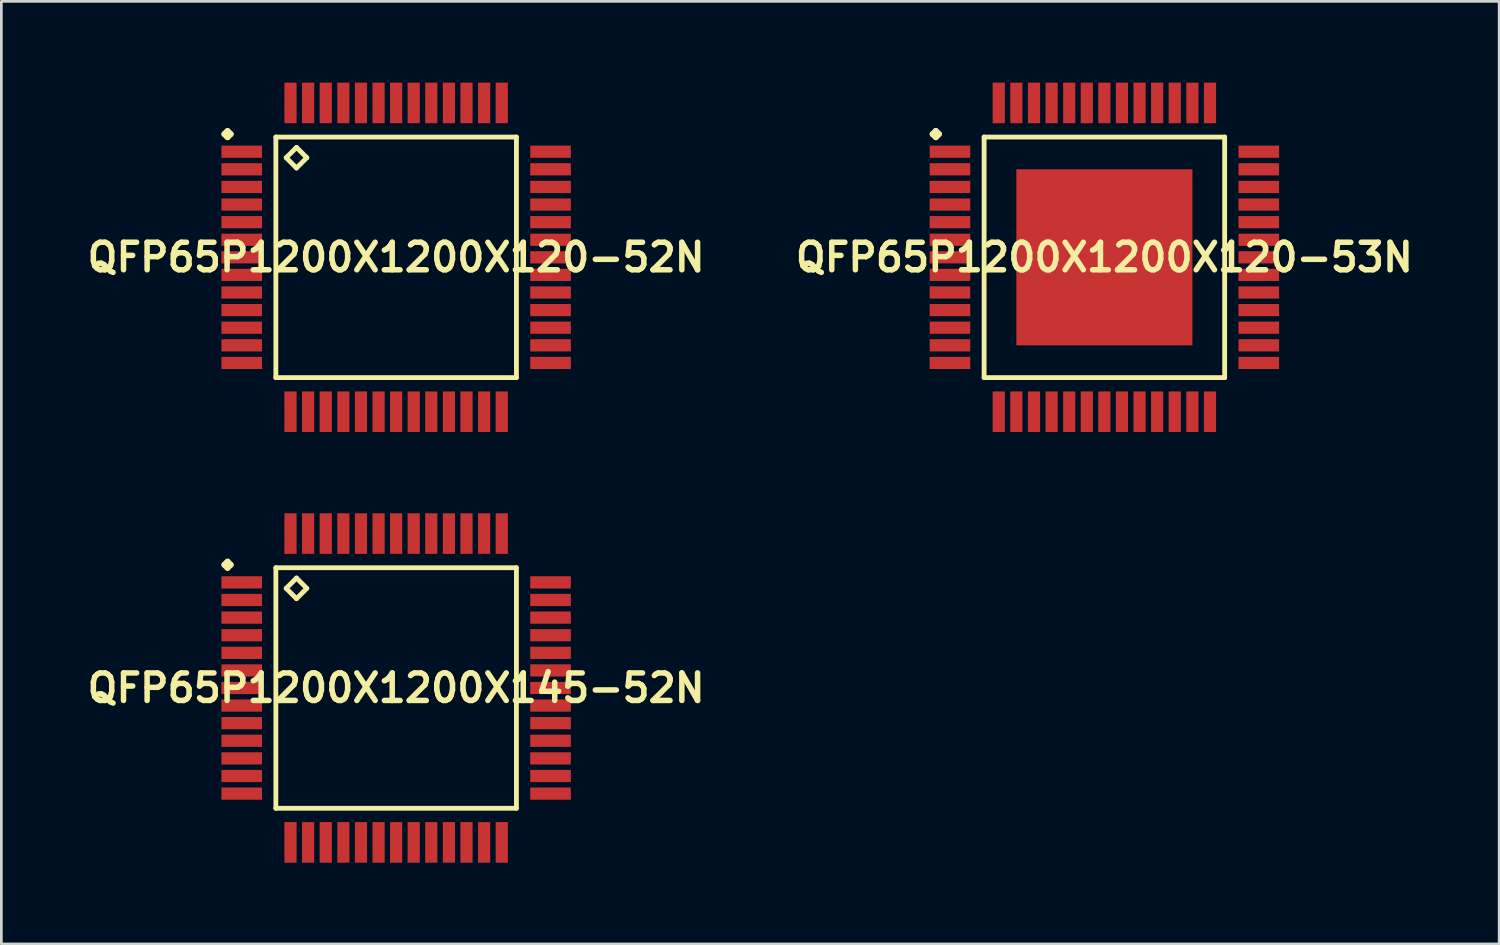
<source format=kicad_pcb>
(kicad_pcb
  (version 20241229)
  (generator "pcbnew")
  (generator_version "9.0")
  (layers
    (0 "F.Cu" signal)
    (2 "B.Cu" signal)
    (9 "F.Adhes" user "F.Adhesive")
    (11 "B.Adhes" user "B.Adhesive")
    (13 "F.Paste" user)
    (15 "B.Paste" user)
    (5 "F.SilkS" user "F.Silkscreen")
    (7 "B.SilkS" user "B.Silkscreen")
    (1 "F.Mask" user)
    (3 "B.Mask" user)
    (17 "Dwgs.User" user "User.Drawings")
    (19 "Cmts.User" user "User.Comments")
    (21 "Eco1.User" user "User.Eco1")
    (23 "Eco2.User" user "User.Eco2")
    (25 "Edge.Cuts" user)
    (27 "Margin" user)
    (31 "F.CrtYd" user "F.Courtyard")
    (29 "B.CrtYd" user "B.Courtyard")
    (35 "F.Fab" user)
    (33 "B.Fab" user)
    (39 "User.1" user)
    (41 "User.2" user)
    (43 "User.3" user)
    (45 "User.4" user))
  (footprint "QFP65P1200X1200X120-52N"
    (layer "F.Cu")
    (at 11.573 6.449)
    (property "Reference" "QFP65P1200X1200X120-52N" (at 0 0 0) (layer "F.SilkS") (effects (font (size 1.016 1.016) (thickness 0.203))))
    (attr smd)
    (fp_line (start -6.337 -4.549) (end -6.223 -4.661) (stroke (width 0.224) (type solid)) (layer "F.SilkS"))
    (fp_line (start -6.223 -4.661) (end -6.111 -4.549) (stroke (width 0.224) (type solid)) (layer "F.SilkS"))
    (fp_line (start -6.223 -4.437) (end -6.337 -4.549) (stroke (width 0.224) (type solid)) (layer "F.SilkS"))
    (fp_line (start -6.111 -4.549) (end -6.223 -4.437) (stroke (width 0.224) (type solid)) (layer "F.SilkS"))
    (fp_line (start -4.44 -4.44) (end -4.44 4.44) (stroke (width 0.178) (type solid)) (layer "F.SilkS"))
    (fp_line (start -4.44 4.44) (end 4.44 4.44) (stroke (width 0.178) (type solid)) (layer "F.SilkS"))
    (fp_line (start -4.059 -3.678) (end -3.678 -4.059) (stroke (width 0.178) (type solid)) (layer "F.SilkS"))
    (fp_line (start -3.678 -4.059) (end -3.297 -3.678) (stroke (width 0.178) (type solid)) (layer "F.SilkS"))
    (fp_line (start -3.678 -3.297) (end -4.059 -3.678) (stroke (width 0.178) (type solid)) (layer "F.SilkS"))
    (fp_line (start -3.297 -3.678) (end -3.678 -3.297) (stroke (width 0.178) (type solid)) (layer "F.SilkS"))
    (fp_line (start 4.44 -4.44) (end -4.44 -4.44) (stroke (width 0.178) (type solid)) (layer "F.SilkS"))
    (fp_line (start 4.44 4.44) (end 4.44 -4.44) (stroke (width 0.178) (type solid)) (layer "F.SilkS"))
    (pad "1" smd rect (at -5.7 -3.899) (size 1.499 0.45) (layers "F.Cu" "F.Mask" "F.Paste"))
    (pad "2" smd rect (at -5.7 -3.249) (size 1.499 0.45) (layers "F.Cu" "F.Mask" "F.Paste"))
    (pad "3" smd rect (at -5.7 -2.598) (size 1.499 0.45) (layers "F.Cu" "F.Mask" "F.Paste"))
    (pad "4" smd rect (at -5.7 -1.948) (size 1.499 0.45) (layers "F.Cu" "F.Mask" "F.Paste"))
    (pad "5" smd rect (at -5.7 -1.298) (size 1.499 0.45) (layers "F.Cu" "F.Mask" "F.Paste"))
    (pad "6" smd rect (at -5.7 -0.648) (size 1.499 0.45) (layers "F.Cu" "F.Mask" "F.Paste"))
    (pad "7" smd rect (at -5.7 0) (size 1.499 0.45) (layers "F.Cu" "F.Mask" "F.Paste"))
    (pad "8" smd rect (at -5.7 0.648) (size 1.499 0.45) (layers "F.Cu" "F.Mask" "F.Paste"))
    (pad "9" smd rect (at -5.7 1.298) (size 1.499 0.45) (layers "F.Cu" "F.Mask" "F.Paste"))
    (pad "10" smd rect (at -5.7 1.948) (size 1.499 0.45) (layers "F.Cu" "F.Mask" "F.Paste"))
    (pad "11" smd rect (at -5.7 2.598) (size 1.499 0.45) (layers "F.Cu" "F.Mask" "F.Paste"))
    (pad "12" smd rect (at -5.7 3.249) (size 1.499 0.45) (layers "F.Cu" "F.Mask" "F.Paste"))
    (pad "13" smd rect (at -5.7 3.899) (size 1.499 0.45) (layers "F.Cu" "F.Mask" "F.Paste"))
    (pad "14" smd rect (at -3.899 5.7) (size 0.45 1.499) (layers "F.Cu" "F.Mask" "F.Paste"))
    (pad "15" smd rect (at -3.249 5.7) (size 0.45 1.499) (layers "F.Cu" "F.Mask" "F.Paste"))
    (pad "16" smd rect (at -2.598 5.7) (size 0.45 1.499) (layers "F.Cu" "F.Mask" "F.Paste"))
    (pad "17" smd rect (at -1.948 5.7) (size 0.45 1.499) (layers "F.Cu" "F.Mask" "F.Paste"))
    (pad "18" smd rect (at -1.298 5.7) (size 0.45 1.499) (layers "F.Cu" "F.Mask" "F.Paste"))
    (pad "19" smd rect (at -0.648 5.7) (size 0.45 1.499) (layers "F.Cu" "F.Mask" "F.Paste"))
    (pad "20" smd rect (at 0 5.7) (size 0.45 1.499) (layers "F.Cu" "F.Mask" "F.Paste"))
    (pad "21" smd rect (at 0.648 5.7) (size 0.45 1.499) (layers "F.Cu" "F.Mask" "F.Paste"))
    (pad "22" smd rect (at 1.298 5.7) (size 0.45 1.499) (layers "F.Cu" "F.Mask" "F.Paste"))
    (pad "23" smd rect (at 1.948 5.7) (size 0.45 1.499) (layers "F.Cu" "F.Mask" "F.Paste"))
    (pad "24" smd rect (at 2.598 5.7) (size 0.45 1.499) (layers "F.Cu" "F.Mask" "F.Paste"))
    (pad "25" smd rect (at 3.249 5.7) (size 0.45 1.499) (layers "F.Cu" "F.Mask" "F.Paste"))
    (pad "26" smd rect (at 3.899 5.7) (size 0.45 1.499) (layers "F.Cu" "F.Mask" "F.Paste"))
    (pad "27" smd rect (at 5.7 3.899) (size 1.499 0.45) (layers "F.Cu" "F.Mask" "F.Paste"))
    (pad "28" smd rect (at 5.7 3.249) (size 1.499 0.45) (layers "F.Cu" "F.Mask" "F.Paste"))
    (pad "29" smd rect (at 5.7 2.598) (size 1.499 0.45) (layers "F.Cu" "F.Mask" "F.Paste"))
    (pad "30" smd rect (at 5.7 1.948) (size 1.499 0.45) (layers "F.Cu" "F.Mask" "F.Paste"))
    (pad "31" smd rect (at 5.7 1.298) (size 1.499 0.45) (layers "F.Cu" "F.Mask" "F.Paste"))
    (pad "32" smd rect (at 5.7 0.648) (size 1.499 0.45) (layers "F.Cu" "F.Mask" "F.Paste"))
    (pad "33" smd rect (at 5.7 0) (size 1.499 0.45) (layers "F.Cu" "F.Mask" "F.Paste"))
    (pad "34" smd rect (at 5.7 -0.648) (size 1.499 0.45) (layers "F.Cu" "F.Mask" "F.Paste"))
    (pad "35" smd rect (at 5.7 -1.298) (size 1.499 0.45) (layers "F.Cu" "F.Mask" "F.Paste"))
    (pad "36" smd rect (at 5.7 -1.948) (size 1.499 0.45) (layers "F.Cu" "F.Mask" "F.Paste"))
    (pad "37" smd rect (at 5.7 -2.598) (size 1.499 0.45) (layers "F.Cu" "F.Mask" "F.Paste"))
    (pad "38" smd rect (at 5.7 -3.249) (size 1.499 0.45) (layers "F.Cu" "F.Mask" "F.Paste"))
    (pad "39" smd rect (at 5.7 -3.899) (size 1.499 0.45) (layers "F.Cu" "F.Mask" "F.Paste"))
    (pad "40" smd rect (at 3.899 -5.7) (size 0.45 1.499) (layers "F.Cu" "F.Mask" "F.Paste"))
    (pad "41" smd rect (at 3.249 -5.7) (size 0.45 1.499) (layers "F.Cu" "F.Mask" "F.Paste"))
    (pad "42" smd rect (at 2.598 -5.7) (size 0.45 1.499) (layers "F.Cu" "F.Mask" "F.Paste"))
    (pad "43" smd rect (at 1.948 -5.7) (size 0.45 1.499) (layers "F.Cu" "F.Mask" "F.Paste"))
    (pad "44" smd rect (at 1.298 -5.7) (size 0.45 1.499) (layers "F.Cu" "F.Mask" "F.Paste"))
    (pad "45" smd rect (at 0.648 -5.7) (size 0.45 1.499) (layers "F.Cu" "F.Mask" "F.Paste"))
    (pad "46" smd rect (at 0 -5.7) (size 0.45 1.499) (layers "F.Cu" "F.Mask" "F.Paste"))
    (pad "47" smd rect (at -0.648 -5.7) (size 0.45 1.499) (layers "F.Cu" "F.Mask" "F.Paste"))
    (pad "48" smd rect (at -1.298 -5.7) (size 0.45 1.499) (layers "F.Cu" "F.Mask" "F.Paste"))
    (pad "49" smd rect (at -1.948 -5.7) (size 0.45 1.499) (layers "F.Cu" "F.Mask" "F.Paste"))
    (pad "50" smd rect (at -2.598 -5.7) (size 0.45 1.499) (layers "F.Cu" "F.Mask" "F.Paste"))
    (pad "51" smd rect (at -3.249 -5.7) (size 0.45 1.499) (layers "F.Cu" "F.Mask" "F.Paste"))
    (pad "52" smd rect (at -3.899 -5.7) (size 0.45 1.499) (layers "F.Cu" "F.Mask" "F.Paste")))
  (footprint "QFP65P1200X1200X120-53N"
    (layer "F.Cu")
    (at 37.718 6.449)
    (property "Reference" "QFP65P1200X1200X120-53N" (at 0 0 0) (layer "F.SilkS") (effects (font (size 1.016 1.016) (thickness 0.203))))
    (attr smd)
    (fp_line (start -6.337 -4.549) (end -6.223 -4.661) (stroke (width 0.224) (type solid)) (layer "F.SilkS"))
    (fp_line (start -6.223 -4.661) (end -6.111 -4.549) (stroke (width 0.224) (type solid)) (layer "F.SilkS"))
    (fp_line (start -6.223 -4.437) (end -6.337 -4.549) (stroke (width 0.224) (type solid)) (layer "F.SilkS"))
    (fp_line (start -6.111 -4.549) (end -6.223 -4.437) (stroke (width 0.224) (type solid)) (layer "F.SilkS"))
    (fp_line (start -4.44 -4.44) (end -4.44 4.44) (stroke (width 0.178) (type solid)) (layer "F.SilkS"))
    (fp_line (start -4.44 4.44) (end 4.44 4.44) (stroke (width 0.178) (type solid)) (layer "F.SilkS"))
    (fp_line (start 4.44 -4.44) (end -4.44 -4.44) (stroke (width 0.178) (type solid)) (layer "F.SilkS"))
    (fp_line (start 4.44 4.44) (end 4.44 -4.44) (stroke (width 0.178) (type solid)) (layer "F.SilkS"))
    (pad "1" smd rect (at -5.7 -3.899) (size 1.499 0.45) (layers "F.Cu" "F.Mask" "F.Paste"))
    (pad "2" smd rect (at -5.7 -3.249) (size 1.499 0.45) (layers "F.Cu" "F.Mask" "F.Paste"))
    (pad "3" smd rect (at -5.7 -2.598) (size 1.499 0.45) (layers "F.Cu" "F.Mask" "F.Paste"))
    (pad "4" smd rect (at -5.7 -1.948) (size 1.499 0.45) (layers "F.Cu" "F.Mask" "F.Paste"))
    (pad "5" smd rect (at -5.7 -1.298) (size 1.499 0.45) (layers "F.Cu" "F.Mask" "F.Paste"))
    (pad "6" smd rect (at -5.7 -0.648) (size 1.499 0.45) (layers "F.Cu" "F.Mask" "F.Paste"))
    (pad "7" smd rect (at -5.7 0) (size 1.499 0.45) (layers "F.Cu" "F.Mask" "F.Paste"))
    (pad "8" smd rect (at -5.7 0.648) (size 1.499 0.45) (layers "F.Cu" "F.Mask" "F.Paste"))
    (pad "9" smd rect (at -5.7 1.298) (size 1.499 0.45) (layers "F.Cu" "F.Mask" "F.Paste"))
    (pad "10" smd rect (at -5.7 1.948) (size 1.499 0.45) (layers "F.Cu" "F.Mask" "F.Paste"))
    (pad "11" smd rect (at -5.7 2.598) (size 1.499 0.45) (layers "F.Cu" "F.Mask" "F.Paste"))
    (pad "12" smd rect (at -5.7 3.249) (size 1.499 0.45) (layers "F.Cu" "F.Mask" "F.Paste"))
    (pad "13" smd rect (at -5.7 3.899) (size 1.499 0.45) (layers "F.Cu" "F.Mask" "F.Paste"))
    (pad "14" smd rect (at -3.899 5.7) (size 0.45 1.499) (layers "F.Cu" "F.Mask" "F.Paste"))
    (pad "15" smd rect (at -3.249 5.7) (size 0.45 1.499) (layers "F.Cu" "F.Mask" "F.Paste"))
    (pad "16" smd rect (at -2.598 5.7) (size 0.45 1.499) (layers "F.Cu" "F.Mask" "F.Paste"))
    (pad "17" smd rect (at -1.948 5.7) (size 0.45 1.499) (layers "F.Cu" "F.Mask" "F.Paste"))
    (pad "18" smd rect (at -1.298 5.7) (size 0.45 1.499) (layers "F.Cu" "F.Mask" "F.Paste"))
    (pad "19" smd rect (at -0.648 5.7) (size 0.45 1.499) (layers "F.Cu" "F.Mask" "F.Paste"))
    (pad "20" smd rect (at 0 5.7) (size 0.45 1.499) (layers "F.Cu" "F.Mask" "F.Paste"))
    (pad "21" smd rect (at 0.648 5.7) (size 0.45 1.499) (layers "F.Cu" "F.Mask" "F.Paste"))
    (pad "22" smd rect (at 1.298 5.7) (size 0.45 1.499) (layers "F.Cu" "F.Mask" "F.Paste"))
    (pad "23" smd rect (at 1.948 5.7) (size 0.45 1.499) (layers "F.Cu" "F.Mask" "F.Paste"))
    (pad "24" smd rect (at 2.598 5.7) (size 0.45 1.499) (layers "F.Cu" "F.Mask" "F.Paste"))
    (pad "25" smd rect (at 3.249 5.7) (size 0.45 1.499) (layers "F.Cu" "F.Mask" "F.Paste"))
    (pad "26" smd rect (at 3.899 5.7) (size 0.45 1.499) (layers "F.Cu" "F.Mask" "F.Paste"))
    (pad "27" smd rect (at 5.7 3.899) (size 1.499 0.45) (layers "F.Cu" "F.Mask" "F.Paste"))
    (pad "28" smd rect (at 5.7 3.249) (size 1.499 0.45) (layers "F.Cu" "F.Mask" "F.Paste"))
    (pad "29" smd rect (at 5.7 2.598) (size 1.499 0.45) (layers "F.Cu" "F.Mask" "F.Paste"))
    (pad "30" smd rect (at 5.7 1.948) (size 1.499 0.45) (layers "F.Cu" "F.Mask" "F.Paste"))
    (pad "31" smd rect (at 5.7 1.298) (size 1.499 0.45) (layers "F.Cu" "F.Mask" "F.Paste"))
    (pad "32" smd rect (at 5.7 0.648) (size 1.499 0.45) (layers "F.Cu" "F.Mask" "F.Paste"))
    (pad "33" smd rect (at 5.7 0) (size 1.499 0.45) (layers "F.Cu" "F.Mask" "F.Paste"))
    (pad "34" smd rect (at 5.7 -0.648) (size 1.499 0.45) (layers "F.Cu" "F.Mask" "F.Paste"))
    (pad "35" smd rect (at 5.7 -1.298) (size 1.499 0.45) (layers "F.Cu" "F.Mask" "F.Paste"))
    (pad "36" smd rect (at 5.7 -1.948) (size 1.499 0.45) (layers "F.Cu" "F.Mask" "F.Paste"))
    (pad "37" smd rect (at 5.7 -2.598) (size 1.499 0.45) (layers "F.Cu" "F.Mask" "F.Paste"))
    (pad "38" smd rect (at 5.7 -3.249) (size 1.499 0.45) (layers "F.Cu" "F.Mask" "F.Paste"))
    (pad "39" smd rect (at 5.7 -3.899) (size 1.499 0.45) (layers "F.Cu" "F.Mask" "F.Paste"))
    (pad "40" smd rect (at 3.899 -5.7) (size 0.45 1.499) (layers "F.Cu" "F.Mask" "F.Paste"))
    (pad "41" smd rect (at 3.249 -5.7) (size 0.45 1.499) (layers "F.Cu" "F.Mask" "F.Paste"))
    (pad "42" smd rect (at 2.598 -5.7) (size 0.45 1.499) (layers "F.Cu" "F.Mask" "F.Paste"))
    (pad "43" smd rect (at 1.948 -5.7) (size 0.45 1.499) (layers "F.Cu" "F.Mask" "F.Paste"))
    (pad "44" smd rect (at 1.298 -5.7) (size 0.45 1.499) (layers "F.Cu" "F.Mask" "F.Paste"))
    (pad "45" smd rect (at 0.648 -5.7) (size 0.45 1.499) (layers "F.Cu" "F.Mask" "F.Paste"))
    (pad "46" smd rect (at 0 -5.7) (size 0.45 1.499) (layers "F.Cu" "F.Mask" "F.Paste"))
    (pad "47" smd rect (at -0.648 -5.7) (size 0.45 1.499) (layers "F.Cu" "F.Mask" "F.Paste"))
    (pad "48" smd rect (at -1.298 -5.7) (size 0.45 1.499) (layers "F.Cu" "F.Mask" "F.Paste"))
    (pad "49" smd rect (at -1.948 -5.7) (size 0.45 1.499) (layers "F.Cu" "F.Mask" "F.Paste"))
    (pad "50" smd rect (at -2.598 -5.7) (size 0.45 1.499) (layers "F.Cu" "F.Mask" "F.Paste"))
    (pad "51" smd rect (at -3.249 -5.7) (size 0.45 1.499) (layers "F.Cu" "F.Mask" "F.Paste"))
    (pad "52" smd rect (at -3.899 -5.7) (size 0.45 1.499) (layers "F.Cu" "F.Mask" "F.Paste"))
    (pad "53" smd rect (at 0 0) (size 6.5 6.5) (layers "F.Cu" "F.Mask" "F.Paste")))
  (footprint "QFP65P1200X1200X145-52N"
    (layer "F.Cu")
    (at 11.573 22.347)
    (property "Reference" "QFP65P1200X1200X145-52N" (at 0 0 0) (layer "F.SilkS") (effects (font (size 1.016 1.016) (thickness 0.203))))
    (attr smd)
    (fp_line (start -6.337 -4.549) (end -6.223 -4.661) (stroke (width 0.224) (type solid)) (layer "F.SilkS"))
    (fp_line (start -6.223 -4.661) (end -6.111 -4.549) (stroke (width 0.224) (type solid)) (layer "F.SilkS"))
    (fp_line (start -6.223 -4.437) (end -6.337 -4.549) (stroke (width 0.224) (type solid)) (layer "F.SilkS"))
    (fp_line (start -6.111 -4.549) (end -6.223 -4.437) (stroke (width 0.224) (type solid)) (layer "F.SilkS"))
    (fp_line (start -4.44 -4.44) (end -4.44 4.44) (stroke (width 0.178) (type solid)) (layer "F.SilkS"))
    (fp_line (start -4.44 4.44) (end 4.44 4.44) (stroke (width 0.178) (type solid)) (layer "F.SilkS"))
    (fp_line (start -4.059 -3.678) (end -3.678 -4.059) (stroke (width 0.178) (type solid)) (layer "F.SilkS"))
    (fp_line (start -3.678 -4.059) (end -3.297 -3.678) (stroke (width 0.178) (type solid)) (layer "F.SilkS"))
    (fp_line (start -3.678 -3.297) (end -4.059 -3.678) (stroke (width 0.178) (type solid)) (layer "F.SilkS"))
    (fp_line (start -3.297 -3.678) (end -3.678 -3.297) (stroke (width 0.178) (type solid)) (layer "F.SilkS"))
    (fp_line (start 4.44 -4.44) (end -4.44 -4.44) (stroke (width 0.178) (type solid)) (layer "F.SilkS"))
    (fp_line (start 4.44 4.44) (end 4.44 -4.44) (stroke (width 0.178) (type solid)) (layer "F.SilkS"))
    (pad "1" smd rect (at -5.7 -3.899) (size 1.499 0.45) (layers "F.Cu" "F.Mask" "F.Paste"))
    (pad "2" smd rect (at -5.7 -3.249) (size 1.499 0.45) (layers "F.Cu" "F.Mask" "F.Paste"))
    (pad "3" smd rect (at -5.7 -2.598) (size 1.499 0.45) (layers "F.Cu" "F.Mask" "F.Paste"))
    (pad "4" smd rect (at -5.7 -1.948) (size 1.499 0.45) (layers "F.Cu" "F.Mask" "F.Paste"))
    (pad "5" smd rect (at -5.7 -1.298) (size 1.499 0.45) (layers "F.Cu" "F.Mask" "F.Paste"))
    (pad "6" smd rect (at -5.7 -0.648) (size 1.499 0.45) (layers "F.Cu" "F.Mask" "F.Paste"))
    (pad "7" smd rect (at -5.7 0) (size 1.499 0.45) (layers "F.Cu" "F.Mask" "F.Paste"))
    (pad "8" smd rect (at -5.7 0.648) (size 1.499 0.45) (layers "F.Cu" "F.Mask" "F.Paste"))
    (pad "9" smd rect (at -5.7 1.298) (size 1.499 0.45) (layers "F.Cu" "F.Mask" "F.Paste"))
    (pad "10" smd rect (at -5.7 1.948) (size 1.499 0.45) (layers "F.Cu" "F.Mask" "F.Paste"))
    (pad "11" smd rect (at -5.7 2.598) (size 1.499 0.45) (layers "F.Cu" "F.Mask" "F.Paste"))
    (pad "12" smd rect (at -5.7 3.249) (size 1.499 0.45) (layers "F.Cu" "F.Mask" "F.Paste"))
    (pad "13" smd rect (at -5.7 3.899) (size 1.499 0.45) (layers "F.Cu" "F.Mask" "F.Paste"))
    (pad "14" smd rect (at -3.899 5.7) (size 0.45 1.499) (layers "F.Cu" "F.Mask" "F.Paste"))
    (pad "15" smd rect (at -3.249 5.7) (size 0.45 1.499) (layers "F.Cu" "F.Mask" "F.Paste"))
    (pad "16" smd rect (at -2.598 5.7) (size 0.45 1.499) (layers "F.Cu" "F.Mask" "F.Paste"))
    (pad "17" smd rect (at -1.948 5.7) (size 0.45 1.499) (layers "F.Cu" "F.Mask" "F.Paste"))
    (pad "18" smd rect (at -1.298 5.7) (size 0.45 1.499) (layers "F.Cu" "F.Mask" "F.Paste"))
    (pad "19" smd rect (at -0.648 5.7) (size 0.45 1.499) (layers "F.Cu" "F.Mask" "F.Paste"))
    (pad "20" smd rect (at 0 5.7) (size 0.45 1.499) (layers "F.Cu" "F.Mask" "F.Paste"))
    (pad "21" smd rect (at 0.648 5.7) (size 0.45 1.499) (layers "F.Cu" "F.Mask" "F.Paste"))
    (pad "22" smd rect (at 1.298 5.7) (size 0.45 1.499) (layers "F.Cu" "F.Mask" "F.Paste"))
    (pad "23" smd rect (at 1.948 5.7) (size 0.45 1.499) (layers "F.Cu" "F.Mask" "F.Paste"))
    (pad "24" smd rect (at 2.598 5.7) (size 0.45 1.499) (layers "F.Cu" "F.Mask" "F.Paste"))
    (pad "25" smd rect (at 3.249 5.7) (size 0.45 1.499) (layers "F.Cu" "F.Mask" "F.Paste"))
    (pad "26" smd rect (at 3.899 5.7) (size 0.45 1.499) (layers "F.Cu" "F.Mask" "F.Paste"))
    (pad "27" smd rect (at 5.7 3.899) (size 1.499 0.45) (layers "F.Cu" "F.Mask" "F.Paste"))
    (pad "28" smd rect (at 5.7 3.249) (size 1.499 0.45) (layers "F.Cu" "F.Mask" "F.Paste"))
    (pad "29" smd rect (at 5.7 2.598) (size 1.499 0.45) (layers "F.Cu" "F.Mask" "F.Paste"))
    (pad "30" smd rect (at 5.7 1.948) (size 1.499 0.45) (layers "F.Cu" "F.Mask" "F.Paste"))
    (pad "31" smd rect (at 5.7 1.298) (size 1.499 0.45) (layers "F.Cu" "F.Mask" "F.Paste"))
    (pad "32" smd rect (at 5.7 0.648) (size 1.499 0.45) (layers "F.Cu" "F.Mask" "F.Paste"))
    (pad "33" smd rect (at 5.7 0) (size 1.499 0.45) (layers "F.Cu" "F.Mask" "F.Paste"))
    (pad "34" smd rect (at 5.7 -0.648) (size 1.499 0.45) (layers "F.Cu" "F.Mask" "F.Paste"))
    (pad "35" smd rect (at 5.7 -1.298) (size 1.499 0.45) (layers "F.Cu" "F.Mask" "F.Paste"))
    (pad "36" smd rect (at 5.7 -1.948) (size 1.499 0.45) (layers "F.Cu" "F.Mask" "F.Paste"))
    (pad "37" smd rect (at 5.7 -2.598) (size 1.499 0.45) (layers "F.Cu" "F.Mask" "F.Paste"))
    (pad "38" smd rect (at 5.7 -3.249) (size 1.499 0.45) (layers "F.Cu" "F.Mask" "F.Paste"))
    (pad "39" smd rect (at 5.7 -3.899) (size 1.499 0.45) (layers "F.Cu" "F.Mask" "F.Paste"))
    (pad "40" smd rect (at 3.899 -5.7) (size 0.45 1.499) (layers "F.Cu" "F.Mask" "F.Paste"))
    (pad "41" smd rect (at 3.249 -5.7) (size 0.45 1.499) (layers "F.Cu" "F.Mask" "F.Paste"))
    (pad "42" smd rect (at 2.598 -5.7) (size 0.45 1.499) (layers "F.Cu" "F.Mask" "F.Paste"))
    (pad "43" smd rect (at 1.948 -5.7) (size 0.45 1.499) (layers "F.Cu" "F.Mask" "F.Paste"))
    (pad "44" smd rect (at 1.298 -5.7) (size 0.45 1.499) (layers "F.Cu" "F.Mask" "F.Paste"))
    (pad "45" smd rect (at 0.648 -5.7) (size 0.45 1.499) (layers "F.Cu" "F.Mask" "F.Paste"))
    (pad "46" smd rect (at 0 -5.7) (size 0.45 1.499) (layers "F.Cu" "F.Mask" "F.Paste"))
    (pad "47" smd rect (at -0.648 -5.7) (size 0.45 1.499) (layers "F.Cu" "F.Mask" "F.Paste"))
    (pad "48" smd rect (at -1.298 -5.7) (size 0.45 1.499) (layers "F.Cu" "F.Mask" "F.Paste"))
    (pad "49" smd rect (at -1.948 -5.7) (size 0.45 1.499) (layers "F.Cu" "F.Mask" "F.Paste"))
    (pad "50" smd rect (at -2.598 -5.7) (size 0.45 1.499) (layers "F.Cu" "F.Mask" "F.Paste"))
    (pad "51" smd rect (at -3.249 -5.7) (size 0.45 1.499) (layers "F.Cu" "F.Mask" "F.Paste"))
    (pad "52" smd rect (at -3.899 -5.7) (size 0.45 1.499) (layers "F.Cu" "F.Mask" "F.Paste")))
  (gr_rect
    (start -3 -3)
    (end 52.291 31.796)
    (stroke (width 0.1) (type default))
    (fill no)
    (layer "Edge.Cuts")))
</source>
